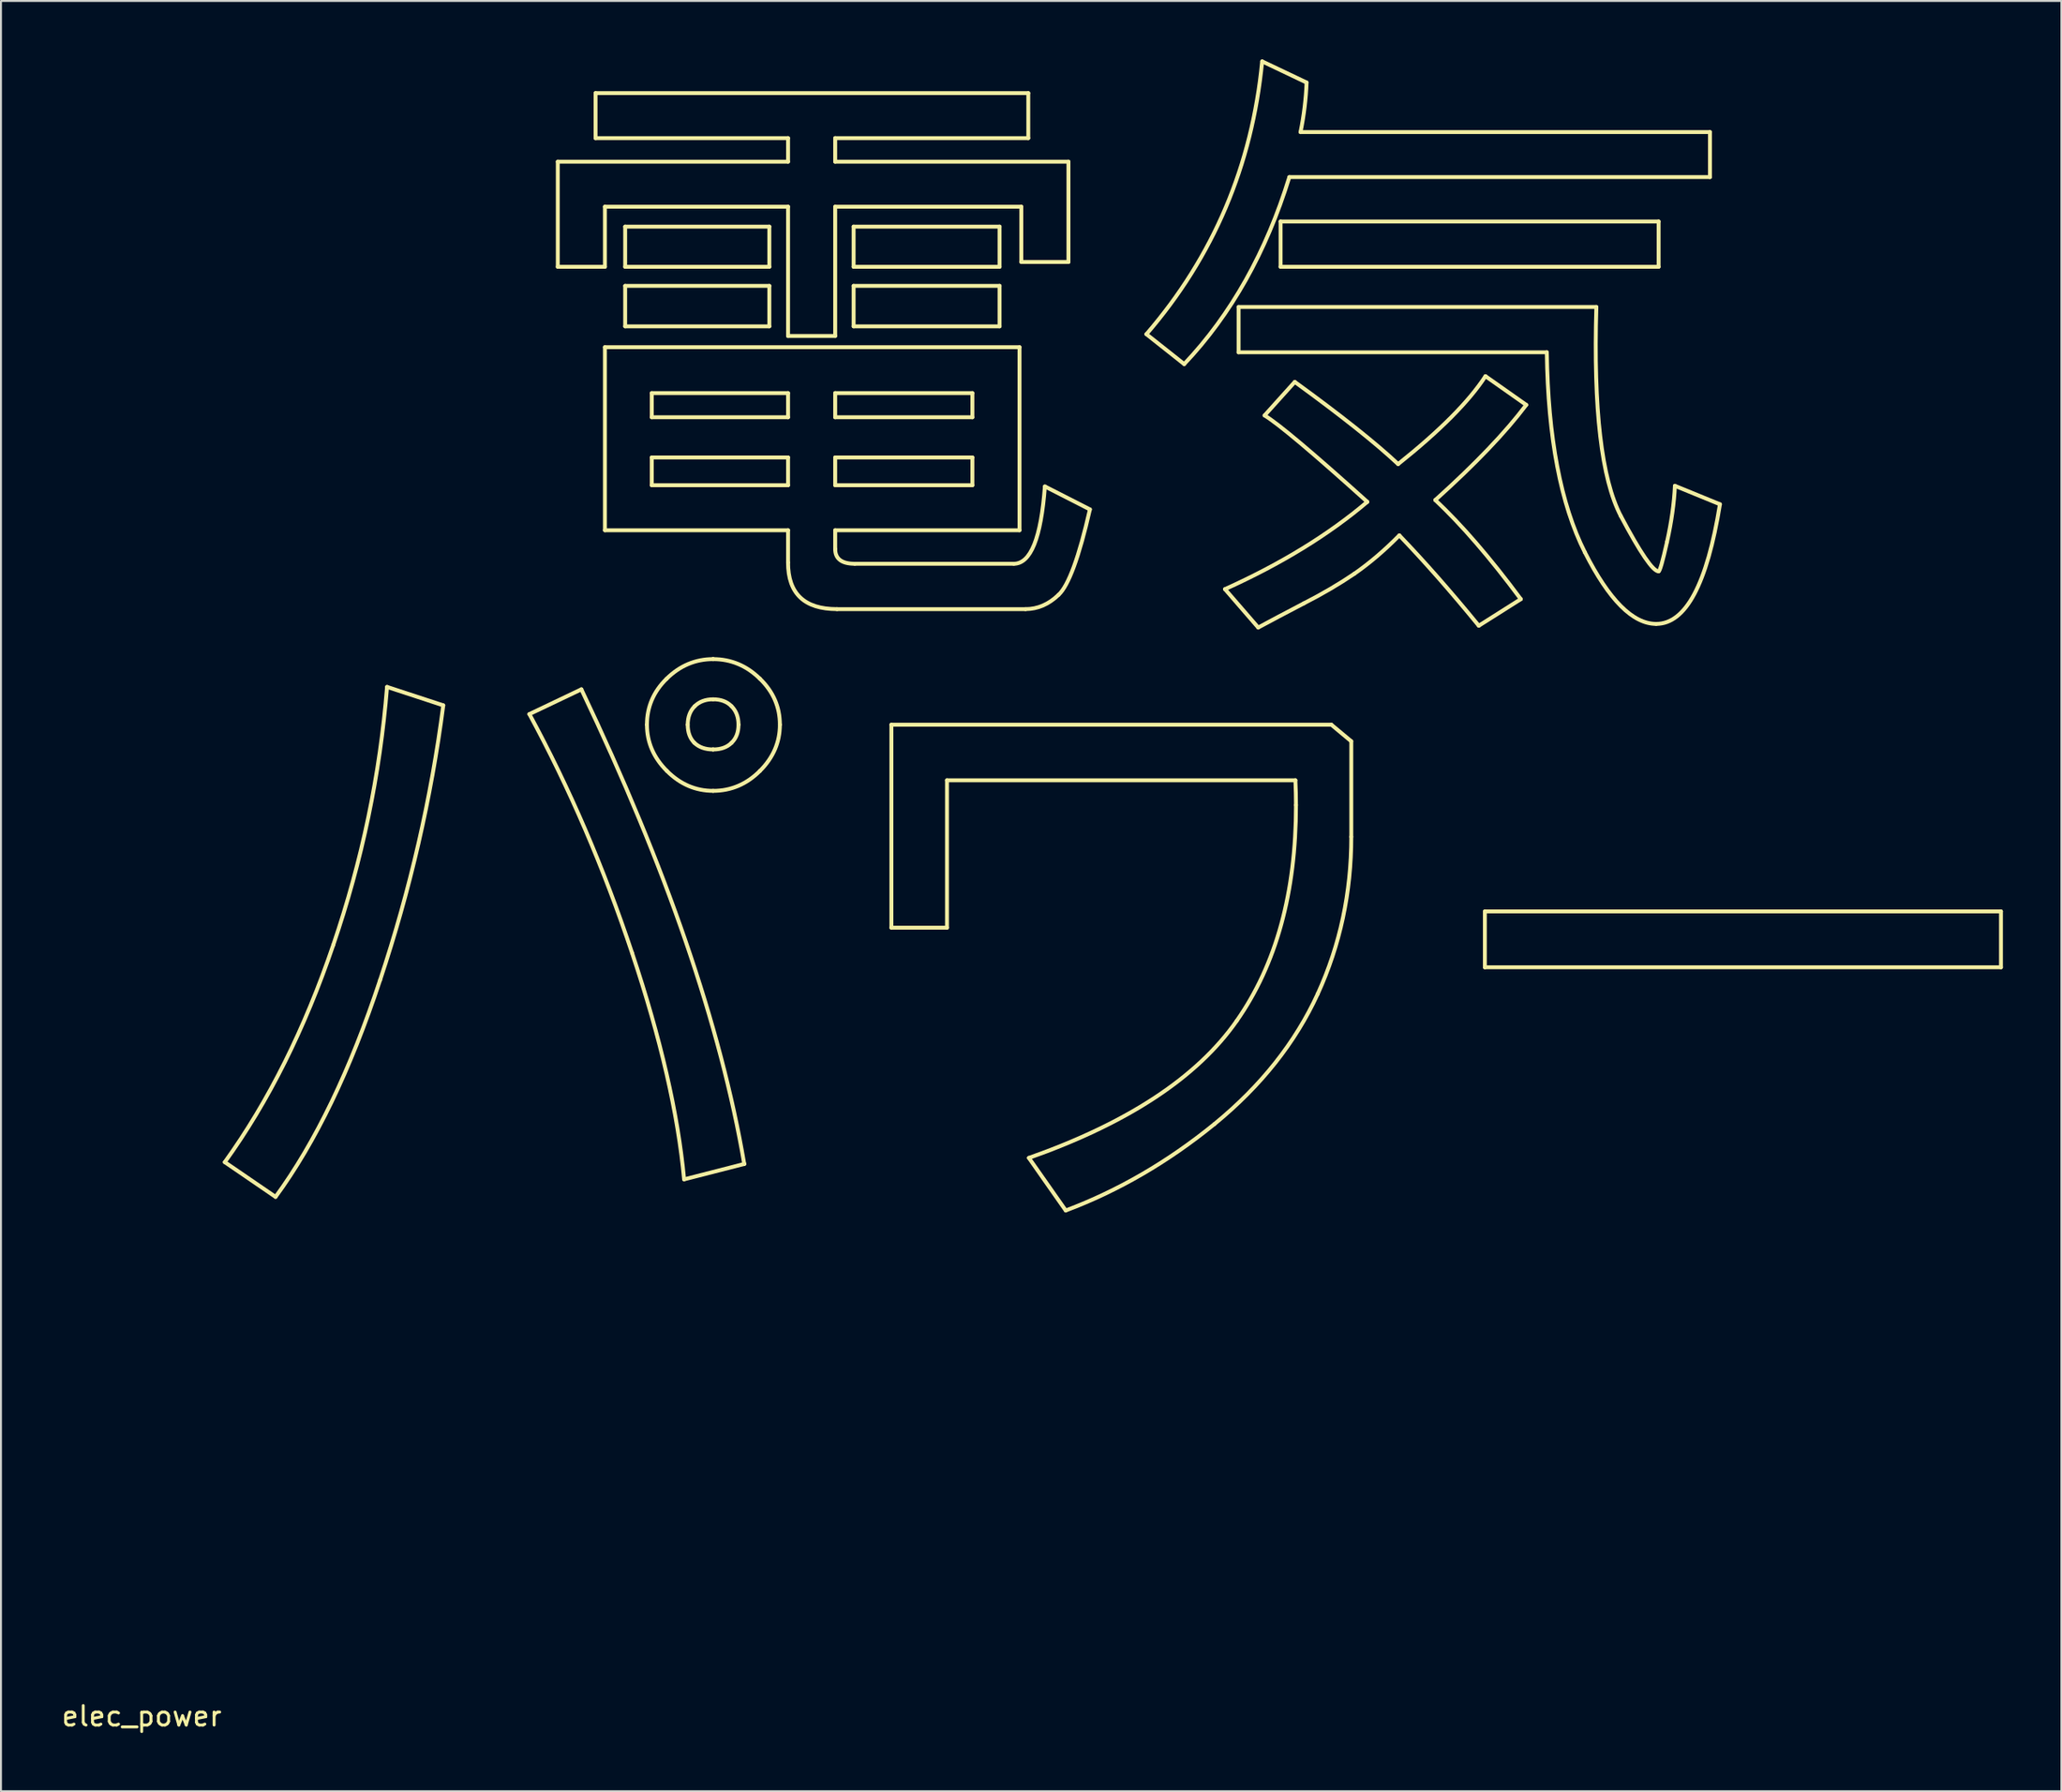
<source format=kicad_pcb>
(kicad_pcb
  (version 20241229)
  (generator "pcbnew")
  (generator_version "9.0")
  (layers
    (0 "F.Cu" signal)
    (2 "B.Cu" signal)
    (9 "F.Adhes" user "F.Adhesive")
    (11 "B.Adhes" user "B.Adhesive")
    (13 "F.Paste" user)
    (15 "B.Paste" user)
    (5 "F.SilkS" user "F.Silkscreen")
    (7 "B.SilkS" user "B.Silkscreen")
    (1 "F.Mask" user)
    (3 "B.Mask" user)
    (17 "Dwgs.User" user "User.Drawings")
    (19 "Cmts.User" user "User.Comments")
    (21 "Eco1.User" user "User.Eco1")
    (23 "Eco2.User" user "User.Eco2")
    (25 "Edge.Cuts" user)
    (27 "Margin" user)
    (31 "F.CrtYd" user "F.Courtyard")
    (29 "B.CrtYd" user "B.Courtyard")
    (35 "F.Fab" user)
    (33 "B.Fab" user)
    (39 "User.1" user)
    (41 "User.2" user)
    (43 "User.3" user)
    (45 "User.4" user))
  (footprint "elec_power"
    (layer "F.Cu")
    (at 4.22 84.517)
    (property "Reference" "elec_power" (at 0 0.5 0) (layer "F.SilkS") (effects (font (size 1 1) (thickness 0.15))))
    (attr through_hole)
    (fp_line (start 6.868 -26.148) (end 4.263 -27.931) (stroke (width 0.2) (type solid)) (layer "F.SilkS"))
    (fp_line (start 12.588 -52.317) (end 15.472 -51.371) (stroke (width 0.2) (type solid)) (layer "F.SilkS"))
    (fp_line (start 19.89 -50.922) (end 22.557 -52.193) (stroke (width 0.2) (type solid)) (layer "F.SilkS"))
    (fp_line (start 21.348 -79.27) (end 33.161 -79.27) (stroke (width 0.2) (type solid)) (layer "F.SilkS"))
    (fp_line (start 21.348 -73.875) (end 21.348 -79.27) (stroke (width 0.2) (type solid)) (layer "F.SilkS"))
    (fp_line (start 23.285 -82.789) (end 45.486 -82.789) (stroke (width 0.2) (type solid)) (layer "F.SilkS"))
    (fp_line (start 23.285 -80.479) (end 23.285 -82.789) (stroke (width 0.2) (type solid)) (layer "F.SilkS"))
    (fp_line (start 23.766 -76.96) (end 23.766 -73.875) (stroke (width 0.2) (type solid)) (layer "F.SilkS"))
    (fp_line (start 23.766 -73.875) (end 21.348 -73.875) (stroke (width 0.2) (type solid)) (layer "F.SilkS"))
    (fp_line (start 23.766 -69.751) (end 45.036 -69.751) (stroke (width 0.2) (type solid)) (layer "F.SilkS"))
    (fp_line (start 23.766 -60.357) (end 23.766 -69.751) (stroke (width 0.2) (type solid)) (layer "F.SilkS"))
    (fp_line (start 24.805 -75.937) (end 32.2 -75.937) (stroke (width 0.2) (type solid)) (layer "F.SilkS"))
    (fp_line (start 24.805 -73.875) (end 24.805 -75.937) (stroke (width 0.2) (type solid)) (layer "F.SilkS"))
    (fp_line (start 24.805 -72.898) (end 32.2 -72.898) (stroke (width 0.2) (type solid)) (layer "F.SilkS"))
    (fp_line (start 24.805 -70.821) (end 24.805 -72.898) (stroke (width 0.2) (type solid)) (layer "F.SilkS"))
    (fp_line (start 26.169 -67.395) (end 26.169 -66.155) (stroke (width 0.2) (type solid)) (layer "F.SilkS"))
    (fp_line (start 26.169 -66.155) (end 33.161 -66.155) (stroke (width 0.2) (type solid)) (layer "F.SilkS"))
    (fp_line (start 26.169 -64.093) (end 26.169 -62.667) (stroke (width 0.2) (type solid)) (layer "F.SilkS"))
    (fp_line (start 26.169 -62.667) (end 33.161 -62.667) (stroke (width 0.2) (type solid)) (layer "F.SilkS"))
    (fp_line (start 29.316 -53.743) (end 29.316 -53.743) (stroke (width 0.2) (type solid)) (layer "F.SilkS"))
    (fp_line (start 29.316 -49.108) (end 29.316 -49.108) (stroke (width 0.2) (type solid)) (layer "F.SilkS"))
    (fp_line (start 30.913 -27.838) (end 27.828 -27.047) (stroke (width 0.2) (type solid)) (layer "F.SilkS"))
    (fp_line (start 30.913 -27.838) (end 30.913 -27.838) (stroke (width 0.2) (type solid)) (layer "F.SilkS"))
    (fp_line (start 32.2 -75.937) (end 32.2 -73.875) (stroke (width 0.2) (type solid)) (layer "F.SilkS"))
    (fp_line (start 32.2 -73.875) (end 24.805 -73.875) (stroke (width 0.2) (type solid)) (layer "F.SilkS"))
    (fp_line (start 32.2 -72.898) (end 32.2 -70.821) (stroke (width 0.2) (type solid)) (layer "F.SilkS"))
    (fp_line (start 32.2 -70.821) (end 24.805 -70.821) (stroke (width 0.2) (type solid)) (layer "F.SilkS"))
    (fp_line (start 33.161 -80.479) (end 23.285 -80.479) (stroke (width 0.2) (type solid)) (layer "F.SilkS"))
    (fp_line (start 33.161 -79.27) (end 33.161 -80.479) (stroke (width 0.2) (type solid)) (layer "F.SilkS"))
    (fp_line (start 33.161 -76.96) (end 23.766 -76.96) (stroke (width 0.2) (type solid)) (layer "F.SilkS"))
    (fp_line (start 33.161 -70.325) (end 33.161 -76.96) (stroke (width 0.2) (type solid)) (layer "F.SilkS"))
    (fp_line (start 33.161 -67.395) (end 26.169 -67.395) (stroke (width 0.2) (type solid)) (layer "F.SilkS"))
    (fp_line (start 33.161 -66.155) (end 33.161 -67.395) (stroke (width 0.2) (type solid)) (layer "F.SilkS"))
    (fp_line (start 33.161 -64.093) (end 26.169 -64.093) (stroke (width 0.2) (type solid)) (layer "F.SilkS"))
    (fp_line (start 33.161 -62.667) (end 33.161 -64.093) (stroke (width 0.2) (type solid)) (layer "F.SilkS"))
    (fp_line (start 33.161 -60.357) (end 23.766 -60.357) (stroke (width 0.2) (type solid)) (layer "F.SilkS"))
    (fp_line (start 33.161 -58.698) (end 33.161 -60.357) (stroke (width 0.2) (type solid)) (layer "F.SilkS"))
    (fp_line (start 35.579 -80.479) (end 35.579 -79.27) (stroke (width 0.2) (type solid)) (layer "F.SilkS"))
    (fp_line (start 35.579 -79.27) (end 47.547 -79.27) (stroke (width 0.2) (type solid)) (layer "F.SilkS"))
    (fp_line (start 35.579 -76.96) (end 35.579 -70.325) (stroke (width 0.2) (type solid)) (layer "F.SilkS"))
    (fp_line (start 35.579 -70.325) (end 33.161 -70.325) (stroke (width 0.2) (type solid)) (layer "F.SilkS"))
    (fp_line (start 35.579 -67.395) (end 35.579 -66.155) (stroke (width 0.2) (type solid)) (layer "F.SilkS"))
    (fp_line (start 35.579 -66.155) (end 42.618 -66.155) (stroke (width 0.2) (type solid)) (layer "F.SilkS"))
    (fp_line (start 35.579 -64.093) (end 35.579 -62.667) (stroke (width 0.2) (type solid)) (layer "F.SilkS"))
    (fp_line (start 35.579 -62.667) (end 42.618 -62.667) (stroke (width 0.2) (type solid)) (layer "F.SilkS"))
    (fp_line (start 35.579 -60.357) (end 35.579 -59.395) (stroke (width 0.2) (type solid)) (layer "F.SilkS"))
    (fp_line (start 36.525 -75.937) (end 44.013 -75.937) (stroke (width 0.2) (type solid)) (layer "F.SilkS"))
    (fp_line (start 36.525 -73.875) (end 36.525 -75.937) (stroke (width 0.2) (type solid)) (layer "F.SilkS"))
    (fp_line (start 36.525 -72.898) (end 44.013 -72.898) (stroke (width 0.2) (type solid)) (layer "F.SilkS"))
    (fp_line (start 36.525 -70.821) (end 36.525 -72.898) (stroke (width 0.2) (type solid)) (layer "F.SilkS"))
    (fp_line (start 36.587 -58.636) (end 44.741 -58.636) (stroke (width 0.2) (type solid)) (layer "F.SilkS"))
    (fp_line (start 38.463 -50.379) (end 61.035 -50.379) (stroke (width 0.2) (type solid)) (layer "F.SilkS"))
    (fp_line (start 38.463 -39.961) (end 38.463 -50.379) (stroke (width 0.2) (type solid)) (layer "F.SilkS"))
    (fp_line (start 41.315 -47.526) (end 41.315 -39.961) (stroke (width 0.2) (type solid)) (layer "F.SilkS"))
    (fp_line (start 41.315 -39.961) (end 38.463 -39.961) (stroke (width 0.2) (type solid)) (layer "F.SilkS"))
    (fp_line (start 42.618 -67.395) (end 35.579 -67.395) (stroke (width 0.2) (type solid)) (layer "F.SilkS"))
    (fp_line (start 42.618 -66.155) (end 42.618 -67.395) (stroke (width 0.2) (type solid)) (layer "F.SilkS"))
    (fp_line (start 42.618 -64.093) (end 35.579 -64.093) (stroke (width 0.2) (type solid)) (layer "F.SilkS"))
    (fp_line (start 42.618 -62.667) (end 42.618 -64.093) (stroke (width 0.2) (type solid)) (layer "F.SilkS"))
    (fp_line (start 44.013 -75.937) (end 44.013 -73.875) (stroke (width 0.2) (type solid)) (layer "F.SilkS"))
    (fp_line (start 44.013 -73.875) (end 36.525 -73.875) (stroke (width 0.2) (type solid)) (layer "F.SilkS"))
    (fp_line (start 44.013 -72.898) (end 44.013 -70.821) (stroke (width 0.2) (type solid)) (layer "F.SilkS"))
    (fp_line (start 44.013 -70.821) (end 36.525 -70.821) (stroke (width 0.2) (type solid)) (layer "F.SilkS"))
    (fp_line (start 45.036 -69.751) (end 45.036 -60.357) (stroke (width 0.2) (type solid)) (layer "F.SilkS"))
    (fp_line (start 45.036 -60.357) (end 35.579 -60.357) (stroke (width 0.2) (type solid)) (layer "F.SilkS"))
    (fp_line (start 45.129 -76.96) (end 35.579 -76.96) (stroke (width 0.2) (type solid)) (layer "F.SilkS"))
    (fp_line (start 45.129 -74.123) (end 45.129 -76.96) (stroke (width 0.2) (type solid)) (layer "F.SilkS"))
    (fp_line (start 45.346 -56.31) (end 35.672 -56.31) (stroke (width 0.2) (type solid)) (layer "F.SilkS"))
    (fp_line (start 45.486 -82.789) (end 45.486 -80.479) (stroke (width 0.2) (type solid)) (layer "F.SilkS"))
    (fp_line (start 45.486 -80.479) (end 35.579 -80.479) (stroke (width 0.2) (type solid)) (layer "F.SilkS"))
    (fp_line (start 46.338 -62.605) (end 48.648 -61.426) (stroke (width 0.2) (type solid)) (layer "F.SilkS"))
    (fp_line (start 47.408 -25.45) (end 45.517 -28.148) (stroke (width 0.2) (type solid)) (layer "F.SilkS"))
    (fp_line (start 47.547 -79.27) (end 47.547 -74.123) (stroke (width 0.2) (type solid)) (layer "F.SilkS"))
    (fp_line (start 47.547 -74.123) (end 45.129 -74.123) (stroke (width 0.2) (type solid)) (layer "F.SilkS"))
    (fp_line (start 53.485 -68.883) (end 51.547 -70.418) (stroke (width 0.2) (type solid)) (layer "F.SilkS"))
    (fp_line (start 56.276 -71.813) (end 74.631 -71.813) (stroke (width 0.2) (type solid)) (layer "F.SilkS"))
    (fp_line (start 56.276 -69.488) (end 56.276 -71.813) (stroke (width 0.2) (type solid)) (layer "F.SilkS"))
    (fp_line (start 57.283 -55.365) (end 55.578 -57.334) (stroke (width 0.2) (type solid)) (layer "F.SilkS"))
    (fp_line (start 57.485 -84.417) (end 59.764 -83.332) (stroke (width 0.2) (type solid)) (layer "F.SilkS"))
    (fp_line (start 57.609 -66.248) (end 59.159 -67.969) (stroke (width 0.2) (type solid)) (layer "F.SilkS"))
    (fp_line (start 58.431 -76.201) (end 77.825 -76.201) (stroke (width 0.2) (type solid)) (layer "F.SilkS"))
    (fp_line (start 58.431 -73.875) (end 58.431 -76.201) (stroke (width 0.2) (type solid)) (layer "F.SilkS"))
    (fp_line (start 59.19 -47.526) (end 41.315 -47.526) (stroke (width 0.2) (type solid)) (layer "F.SilkS"))
    (fp_line (start 59.454 -80.789) (end 80.46 -80.789) (stroke (width 0.2) (type solid)) (layer "F.SilkS"))
    (fp_line (start 61.035 -50.379) (end 62.058 -49.526) (stroke (width 0.2) (type solid)) (layer "F.SilkS"))
    (fp_line (start 62.058 -49.526) (end 62.058 -44.627) (stroke (width 0.2) (type solid)) (layer "F.SilkS"))
    (fp_line (start 68.911 -40.798) (end 95.39 -40.798) (stroke (width 0.2) (type solid)) (layer "F.SilkS"))
    (fp_line (start 68.911 -37.93) (end 68.911 -40.798) (stroke (width 0.2) (type solid)) (layer "F.SilkS"))
    (fp_line (start 68.942 -68.263) (end 71.034 -66.79) (stroke (width 0.2) (type solid)) (layer "F.SilkS"))
    (fp_line (start 70.755 -56.822) (end 68.6 -55.458) (stroke (width 0.2) (type solid)) (layer "F.SilkS"))
    (fp_line (start 72.089 -69.488) (end 56.276 -69.488) (stroke (width 0.2) (type solid)) (layer "F.SilkS"))
    (fp_line (start 77.825 -76.201) (end 77.825 -73.875) (stroke (width 0.2) (type solid)) (layer "F.SilkS"))
    (fp_line (start 77.825 -73.875) (end 58.431 -73.875) (stroke (width 0.2) (type solid)) (layer "F.SilkS"))
    (fp_line (start 78.662 -62.636) (end 80.972 -61.69) (stroke (width 0.2) (type solid)) (layer "F.SilkS"))
    (fp_line (start 80.46 -80.789) (end 80.46 -78.48) (stroke (width 0.2) (type solid)) (layer "F.SilkS"))
    (fp_line (start 80.46 -78.48) (end 58.88 -78.48) (stroke (width 0.2) (type solid)) (layer "F.SilkS"))
    (fp_line (start 95.39 -40.798) (end 95.39 -37.93) (stroke (width 0.2) (type solid)) (layer "F.SilkS"))
    (fp_line (start 95.39 -37.93) (end 68.911 -37.93) (stroke (width 0.2) (type solid)) (layer "F.SilkS"))
    (fp_curve (pts (xy 4.263 -27.931) (xy 6.506 -31.042) (xy 8.361 -34.757) (xy 9.829 -39.077)) (stroke (width 0.2) (type solid)) (layer "F.SilkS"))
    (fp_curve (pts (xy 9.829 -39.077) (xy 11.307 -43.408) (xy 12.227 -47.821) (xy 12.588 -52.317)) (stroke (width 0.2) (type solid)) (layer "F.SilkS"))
    (fp_curve (pts (xy 12.232 -37.279) (xy 10.702 -32.649) (xy 8.914 -28.938) (xy 6.868 -26.148)) (stroke (width 0.2) (type solid)) (layer "F.SilkS"))
    (fp_curve (pts (xy 15.472 -51.371) (xy 14.852 -46.607) (xy 13.772 -41.909) (xy 12.232 -37.279)) (stroke (width 0.2) (type solid)) (layer "F.SilkS"))
    (fp_curve (pts (xy 22.557 -52.193) (xy 26.918 -43.036) (xy 29.704 -34.917) (xy 30.913 -27.838)) (stroke (width 0.2) (type solid)) (layer "F.SilkS"))
    (fp_curve (pts (xy 25.161 -38.659) (xy 23.694 -43.062) (xy 21.937 -47.149) (xy 19.89 -50.922)) (stroke (width 0.2) (type solid)) (layer "F.SilkS"))
    (fp_curve (pts (xy 25.921 -50.379) (xy 25.921 -51.288) (xy 26.257 -52.074) (xy 26.929 -52.735)) (stroke (width 0.2) (type solid)) (layer "F.SilkS"))
    (fp_curve (pts (xy 26.929 -52.735) (xy 27.611 -53.407) (xy 28.407 -53.743) (xy 29.316 -53.743)) (stroke (width 0.2) (type solid)) (layer "F.SilkS"))
    (fp_curve (pts (xy 26.944 -48.007) (xy 26.262 -48.689) (xy 25.921 -49.48) (xy 25.921 -50.379)) (stroke (width 0.2) (type solid)) (layer "F.SilkS"))
    (fp_curve (pts (xy 27.828 -27.047) (xy 27.518 -30.396) (xy 26.629 -34.266) (xy 25.161 -38.659)) (stroke (width 0.2) (type solid)) (layer "F.SilkS"))
    (fp_curve (pts (xy 28.014 -50.379) (xy 28.014 -49.986) (xy 28.127 -49.676) (xy 28.355 -49.449)) (stroke (width 0.2) (type solid)) (layer "F.SilkS"))
    (fp_curve (pts (xy 28.355 -49.449) (xy 28.593 -49.221) (xy 28.913 -49.108) (xy 29.316 -49.108)) (stroke (width 0.2) (type solid)) (layer "F.SilkS"))
    (fp_curve (pts (xy 28.37 -51.325) (xy 28.133 -51.087) (xy 28.014 -50.772) (xy 28.014 -50.379)) (stroke (width 0.2) (type solid)) (layer "F.SilkS"))
    (fp_curve (pts (xy 29.316 -53.743) (xy 30.236 -53.743) (xy 31.037 -53.407) (xy 31.719 -52.735)) (stroke (width 0.2) (type solid)) (layer "F.SilkS"))
    (fp_curve (pts (xy 29.316 -51.681) (xy 28.923 -51.681) (xy 28.608 -51.562) (xy 28.37 -51.325)) (stroke (width 0.2) (type solid)) (layer "F.SilkS"))
    (fp_curve (pts (xy 29.316 -49.108) (xy 29.719 -49.108) (xy 30.034 -49.221) (xy 30.262 -49.449)) (stroke (width 0.2) (type solid)) (layer "F.SilkS"))
    (fp_curve (pts (xy 29.316 -46.984) (xy 28.417 -46.984) (xy 27.626 -47.325) (xy 26.944 -48.007)) (stroke (width 0.2) (type solid)) (layer "F.SilkS"))
    (fp_curve (pts (xy 30.262 -51.325) (xy 30.034 -51.562) (xy 29.719 -51.681) (xy 29.316 -51.681)) (stroke (width 0.2) (type solid)) (layer "F.SilkS"))
    (fp_curve (pts (xy 30.262 -49.449) (xy 30.499 -49.676) (xy 30.618 -49.986) (xy 30.618 -50.379)) (stroke (width 0.2) (type solid)) (layer "F.SilkS"))
    (fp_curve (pts (xy 30.618 -50.379) (xy 30.618 -50.772) (xy 30.499 -51.087) (xy 30.262 -51.325)) (stroke (width 0.2) (type solid)) (layer "F.SilkS"))
    (fp_curve (pts (xy 31.719 -52.735) (xy 32.401 -52.074) (xy 32.742 -51.288) (xy 32.742 -50.379)) (stroke (width 0.2) (type solid)) (layer "F.SilkS"))
    (fp_curve (pts (xy 31.719 -48.007) (xy 31.037 -47.325) (xy 30.236 -46.984) (xy 29.316 -46.984)) (stroke (width 0.2) (type solid)) (layer "F.SilkS"))
    (fp_curve (pts (xy 32.742 -50.379) (xy 32.742 -49.48) (xy 32.401 -48.689) (xy 31.719 -48.007)) (stroke (width 0.2) (type solid)) (layer "F.SilkS"))
    (fp_curve (pts (xy 35.579 -59.395) (xy 35.579 -58.889) (xy 35.915 -58.636) (xy 36.587 -58.636)) (stroke (width 0.2) (type solid)) (layer "F.SilkS"))
    (fp_curve (pts (xy 35.672 -56.31) (xy 33.998 -56.31) (xy 33.161 -57.106) (xy 33.161 -58.698)) (stroke (width 0.2) (type solid)) (layer "F.SilkS"))
    (fp_curve (pts (xy 44.741 -58.636) (xy 45.61 -58.636) (xy 46.142 -59.959) (xy 46.338 -62.605)) (stroke (width 0.2) (type solid)) (layer "F.SilkS"))
    (fp_curve (pts (xy 45.517 -28.148) (xy 50.612 -29.946) (xy 54.167 -32.292) (xy 56.183 -35.186)) (stroke (width 0.2) (type solid)) (layer "F.SilkS"))
    (fp_curve (pts (xy 47.036 -57.039) (xy 46.529 -56.553) (xy 45.966 -56.31) (xy 45.346 -56.31)) (stroke (width 0.2) (type solid)) (layer "F.SilkS"))
    (fp_curve (pts (xy 48.648 -61.426) (xy 48.09 -58.977) (xy 47.553 -57.514) (xy 47.036 -57.039)) (stroke (width 0.2) (type solid)) (layer "F.SilkS"))
    (fp_curve (pts (xy 51.547 -70.418) (xy 54.989 -74.407) (xy 56.968 -79.074) (xy 57.485 -84.417)) (stroke (width 0.2) (type solid)) (layer "F.SilkS"))
    (fp_curve (pts (xy 55.035 -29.884) (xy 52.648 -27.941) (xy 50.105 -26.463) (xy 47.408 -25.45)) (stroke (width 0.2) (type solid)) (layer "F.SilkS"))
    (fp_curve (pts (xy 55.578 -57.334) (xy 58.462 -58.636) (xy 60.895 -60.129) (xy 62.88 -61.814)) (stroke (width 0.2) (type solid)) (layer "F.SilkS"))
    (fp_curve (pts (xy 56.183 -35.186) (xy 58.208 -38.08) (xy 59.221 -41.77) (xy 59.221 -46.255)) (stroke (width 0.2) (type solid)) (layer "F.SilkS"))
    (fp_curve (pts (xy 58.88 -78.48) (xy 57.692 -74.624) (xy 55.893 -71.426) (xy 53.485 -68.883)) (stroke (width 0.2) (type solid)) (layer "F.SilkS"))
    (fp_curve (pts (xy 59.159 -67.969) (xy 61.536 -66.243) (xy 63.304 -64.837) (xy 64.461 -63.752)) (stroke (width 0.2) (type solid)) (layer "F.SilkS"))
    (fp_curve (pts (xy 59.221 -46.255) (xy 59.221 -46.669) (xy 59.211 -47.092) (xy 59.19 -47.526)) (stroke (width 0.2) (type solid)) (layer "F.SilkS"))
    (fp_curve (pts (xy 59.624 -56.605) (xy 58.673 -56.109) (xy 57.893 -55.695) (xy 57.283 -55.365)) (stroke (width 0.2) (type solid)) (layer "F.SilkS"))
    (fp_curve (pts (xy 59.764 -83.332) (xy 59.733 -82.495) (xy 59.629 -81.647) (xy 59.454 -80.789)) (stroke (width 0.2) (type solid)) (layer "F.SilkS"))
    (fp_curve (pts (xy 60.337 -36.566) (xy 59.19 -34.065) (xy 57.423 -31.837) (xy 55.035 -29.884)) (stroke (width 0.2) (type solid)) (layer "F.SilkS"))
    (fp_curve (pts (xy 62.058 -44.627) (xy 62.058 -41.764) (xy 61.485 -39.077) (xy 60.337 -36.566)) (stroke (width 0.2) (type solid)) (layer "F.SilkS"))
    (fp_curve (pts (xy 62.213 -58.124) (xy 61.438 -57.597) (xy 60.575 -57.091) (xy 59.624 -56.605)) (stroke (width 0.2) (type solid)) (layer "F.SilkS"))
    (fp_curve (pts (xy 62.88 -61.814) (xy 60.058 -64.356) (xy 58.301 -65.834) (xy 57.609 -66.248)) (stroke (width 0.2) (type solid)) (layer "F.SilkS"))
    (fp_curve (pts (xy 64.461 -63.752) (xy 66.611 -65.467) (xy 68.104 -66.971) (xy 68.942 -68.263)) (stroke (width 0.2) (type solid)) (layer "F.SilkS"))
    (fp_curve (pts (xy 64.523 -60.093) (xy 63.758 -59.318) (xy 62.988 -58.662) (xy 62.213 -58.124)) (stroke (width 0.2) (type solid)) (layer "F.SilkS"))
    (fp_curve (pts (xy 66.368 -61.907) (xy 67.722 -60.636) (xy 69.184 -58.941) (xy 70.755 -56.822)) (stroke (width 0.2) (type solid)) (layer "F.SilkS"))
    (fp_curve (pts (xy 68.6 -55.458) (xy 67.164 -57.215) (xy 65.805 -58.76) (xy 64.523 -60.093)) (stroke (width 0.2) (type solid)) (layer "F.SilkS"))
    (fp_curve (pts (xy 71.034 -66.79) (xy 69.98 -65.385) (xy 68.425 -63.757) (xy 66.368 -61.907)) (stroke (width 0.2) (type solid)) (layer "F.SilkS"))
    (fp_curve (pts (xy 74.042 -59.225) (xy 72.802 -61.685) (xy 72.151 -65.106) (xy 72.089 -69.488)) (stroke (width 0.2) (type solid)) (layer "F.SilkS"))
    (fp_curve (pts (xy 74.631 -71.813) (xy 74.476 -66.563) (xy 74.895 -62.987) (xy 75.887 -61.085)) (stroke (width 0.2) (type solid)) (layer "F.SilkS"))
    (fp_curve (pts (xy 75.887 -61.085) (xy 76.889 -59.194) (xy 77.535 -58.248) (xy 77.825 -58.248)) (stroke (width 0.2) (type solid)) (layer "F.SilkS"))
    (fp_curve (pts (xy 77.701 -55.551) (xy 76.502 -55.551) (xy 75.282 -56.775) (xy 74.042 -59.225)) (stroke (width 0.2) (type solid)) (layer "F.SilkS"))
    (fp_curve (pts (xy 77.825 -58.248) (xy 77.887 -58.248) (xy 78.031 -58.755) (xy 78.259 -59.767)) (stroke (width 0.2) (type solid)) (layer "F.SilkS"))
    (fp_curve (pts (xy 78.259 -59.767) (xy 78.486 -60.791) (xy 78.621 -61.747) (xy 78.662 -62.636)) (stroke (width 0.2) (type solid)) (layer "F.SilkS"))
    (fp_curve (pts (xy 80.972 -61.69) (xy 80.31 -57.597) (xy 79.22 -55.551) (xy 77.701 -55.551)) (stroke (width 0.2) (type solid)) (layer "F.SilkS")))
  (gr_rect
    (start -3 -3)
    (end 102.71 88.865)
    (stroke (width 0.1) (type default))
    (fill no)
    (layer "Edge.Cuts")))
</source>
